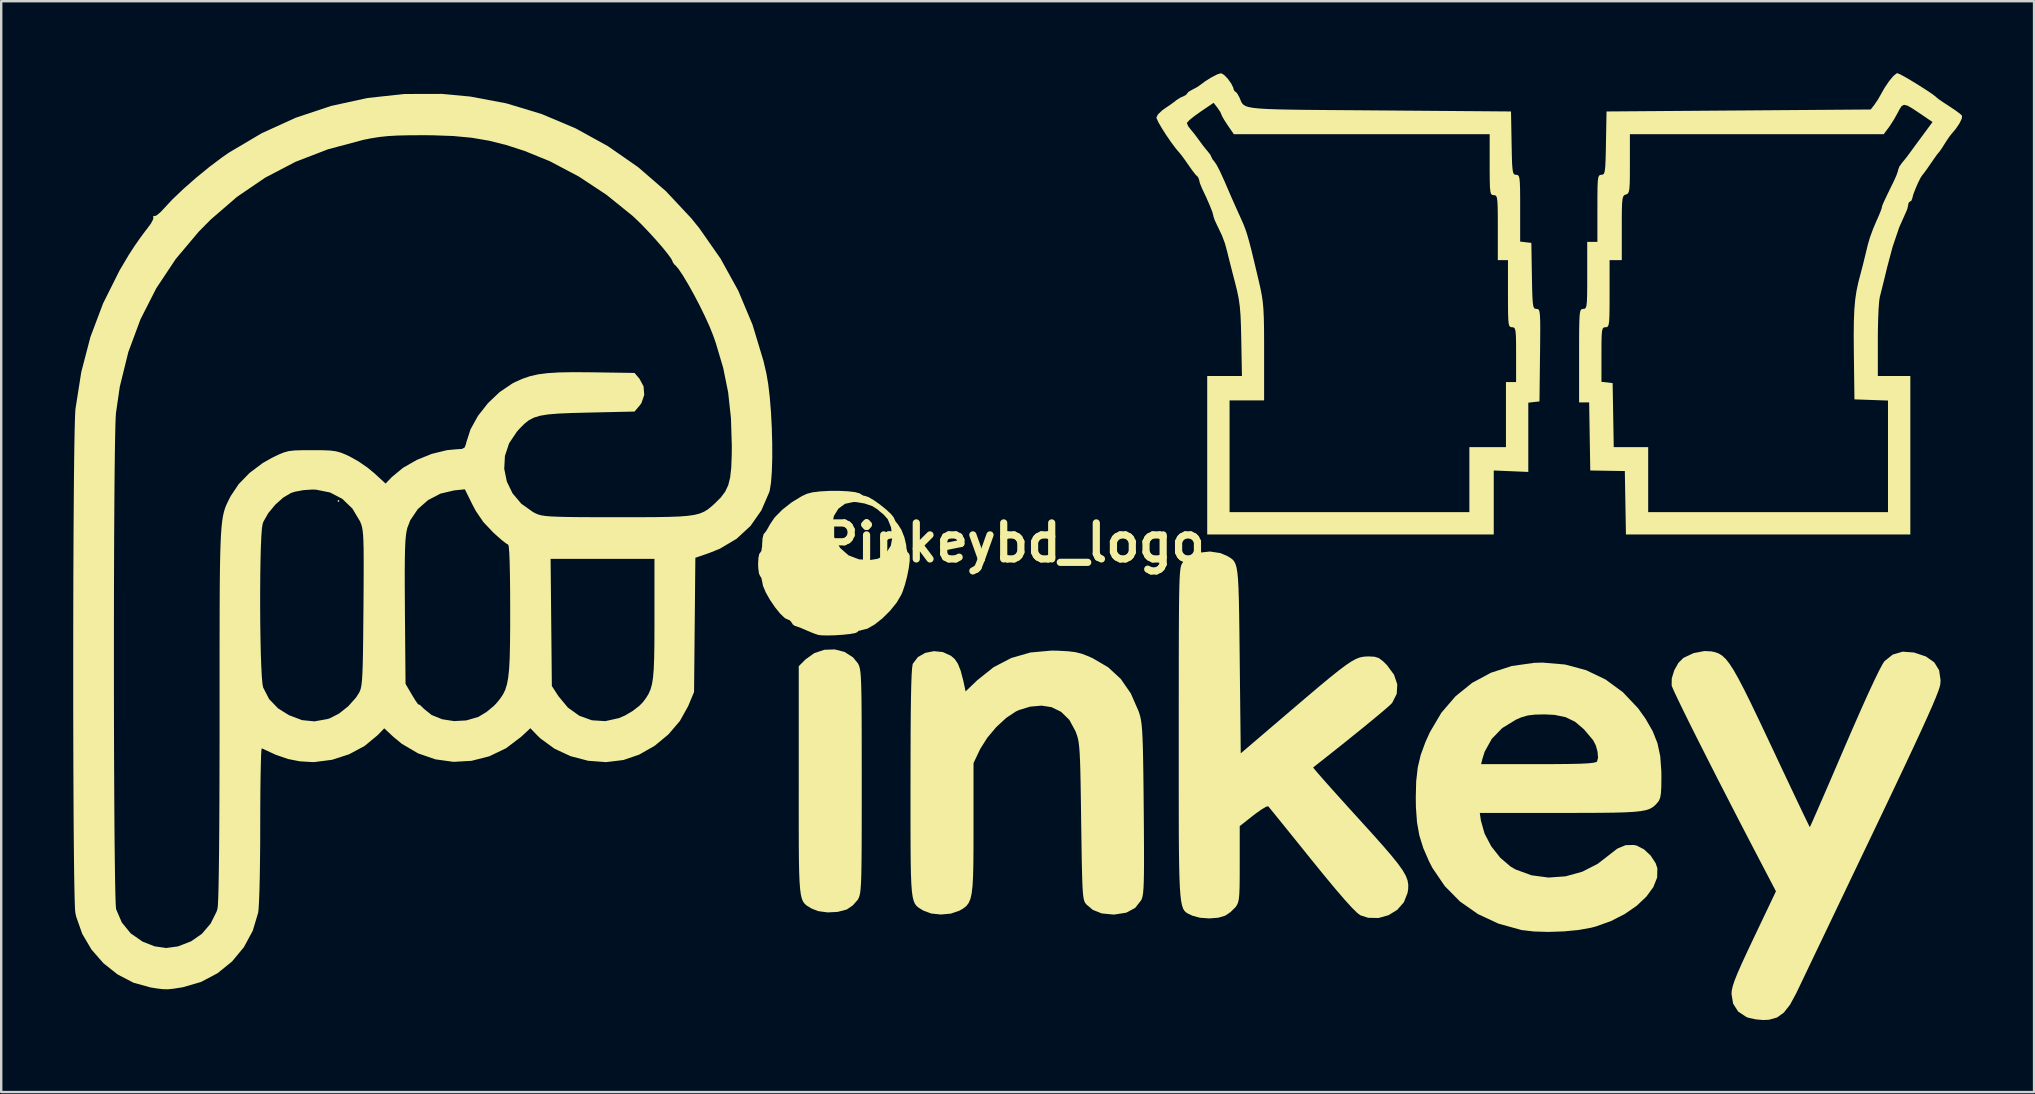
<source format=kicad_pcb>
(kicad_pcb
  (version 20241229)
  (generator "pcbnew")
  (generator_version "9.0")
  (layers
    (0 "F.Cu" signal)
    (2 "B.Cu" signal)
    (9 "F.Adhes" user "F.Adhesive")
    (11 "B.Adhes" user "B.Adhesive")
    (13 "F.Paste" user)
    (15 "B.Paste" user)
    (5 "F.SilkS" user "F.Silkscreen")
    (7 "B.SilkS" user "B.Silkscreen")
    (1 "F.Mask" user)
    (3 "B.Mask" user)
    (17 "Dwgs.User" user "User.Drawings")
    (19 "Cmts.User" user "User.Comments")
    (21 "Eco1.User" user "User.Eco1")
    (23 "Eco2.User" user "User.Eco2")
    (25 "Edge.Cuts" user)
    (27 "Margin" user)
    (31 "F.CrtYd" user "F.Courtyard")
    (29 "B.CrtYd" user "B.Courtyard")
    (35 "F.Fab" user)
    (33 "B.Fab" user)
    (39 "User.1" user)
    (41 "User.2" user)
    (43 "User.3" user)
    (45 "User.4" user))
  (footprint "Pinkeybd_logo"
    (layer "F.Cu")
    (at 39.161 19.558)
    (property "Reference" "Pinkeybd_logo" (at 0 0 0) (layer "F.SilkS") (effects (font (size 1.5 1.5) (thickness 0.3))))
    (attr board_only exclude_from_pos_files exclude_from_bom)
    (fp_poly (pts (xy -28.067 -1.736) (xy -28.109 -1.693) (xy -28.152 -1.736) (xy -28.109 -1.778)) (stroke (width 0) (type solid)) (fill yes) (layer "F.SilkS"))
    (fp_poly (pts (xy -7.023 4.554) (xy -6.673 4.779) (xy -6.474 5.021) (xy -6.438 5.085) (xy -6.408 5.161) (xy -6.383 5.263) (xy -6.362 5.404) (xy -6.346 5.598) (xy -6.333 5.86) (xy -6.324 6.203) (xy -6.317 6.641) (xy -6.313 7.189) (xy -6.31 7.859) (xy -6.309 8.667) (xy -6.308 9.626) (xy -6.308 9.948) (xy -6.308 10.955) (xy -6.309 11.806) (xy -6.311 12.516) (xy -6.315 13.099) (xy -6.321 13.569) (xy -6.329 13.939) (xy -6.341 14.223) (xy -6.356 14.436) (xy -6.375 14.592) (xy -6.399 14.705) (xy -6.427 14.788) (xy -6.462 14.856) (xy -6.479 14.885) (xy -6.675 15.109) (xy -6.92 15.278) (xy -6.942 15.287) (xy -7.313 15.385) (xy -7.729 15.406) (xy -8.122 15.353) (xy -8.393 15.247) (xy -8.506 15.18) (xy -8.602 15.12) (xy -8.682 15.051) (xy -8.748 14.962) (xy -8.802 14.839) (xy -8.844 14.667) (xy -8.875 14.434) (xy -8.899 14.127) (xy -8.915 13.731) (xy -8.925 13.234) (xy -8.93 12.621) (xy -8.932 11.88) (xy -8.933 10.997) (xy -8.932 9.959) (xy -8.932 9.921) (xy -8.932 5.148) (xy -8.652 4.867) (xy -8.285 4.603) (xy -7.866 4.464) (xy -7.433 4.449)) (stroke (width 0) (type solid)) (fill yes) (layer "F.SilkS"))
    (fp_poly (pts (xy 29.094 4.531) (xy 29.254 4.566) (xy 29.401 4.621) (xy 29.542 4.709) (xy 29.686 4.844) (xy 29.839 5.037) (xy 30.012 5.302) (xy 30.21 5.651) (xy 30.444 6.097) (xy 30.72 6.654) (xy 31.047 7.334) (xy 31.433 8.15) (xy 31.615 8.536) (xy 31.942 9.233) (xy 32.247 9.879) (xy 32.522 10.461) (xy 32.76 10.962) (xy 32.953 11.366) (xy 33.094 11.658) (xy 33.175 11.822) (xy 33.192 11.853) (xy 33.229 11.778) (xy 33.325 11.563) (xy 33.474 11.225) (xy 33.668 10.778) (xy 33.902 10.24) (xy 34.167 9.626) (xy 34.457 8.951) (xy 34.635 8.536) (xy 35.008 7.675) (xy 35.344 6.912) (xy 35.639 6.257) (xy 35.889 5.721) (xy 36.088 5.314) (xy 36.232 5.046) (xy 36.303 4.939) (xy 36.647 4.664) (xy 37.059 4.543) (xy 37.535 4.578) (xy 37.536 4.578) (xy 38.03 4.744) (xy 38.377 4.988) (xy 38.579 5.316) (xy 38.64 5.733) (xy 38.63 5.892) (xy 38.604 6.01) (xy 38.542 6.195) (xy 38.44 6.456) (xy 38.295 6.802) (xy 38.101 7.24) (xy 37.856 7.78) (xy 37.556 8.429) (xy 37.196 9.197) (xy 36.773 10.092) (xy 36.283 11.123) (xy 35.773 12.192) (xy 35.316 13.146) (xy 34.874 14.071) (xy 34.453 14.952) (xy 34.059 15.777) (xy 33.699 16.531) (xy 33.378 17.2) (xy 33.105 17.772) (xy 32.885 18.233) (xy 32.724 18.569) (xy 32.63 18.767) (xy 32.626 18.774) (xy 32.368 19.252) (xy 32.109 19.582) (xy 31.826 19.784) (xy 31.494 19.878) (xy 31.244 19.89) (xy 30.931 19.861) (xy 30.641 19.798) (xy 30.552 19.766) (xy 30.204 19.534) (xy 29.996 19.207) (xy 29.93 18.806) (xy 29.941 18.656) (xy 29.982 18.475) (xy 30.059 18.242) (xy 30.181 17.937) (xy 30.356 17.539) (xy 30.592 17.028) (xy 30.856 16.471) (xy 31.781 14.527) (xy 31.204 13.423) (xy 30.715 12.487) (xy 30.237 11.565) (xy 29.776 10.669) (xy 29.337 9.814) (xy 28.929 9.01) (xy 28.556 8.273) (xy 28.225 7.613) (xy 27.944 7.044) (xy 27.718 6.579) (xy 27.553 6.23) (xy 27.457 6.011) (xy 27.435 5.947) (xy 27.441 5.654) (xy 27.544 5.32) (xy 27.716 5.012) (xy 27.923 4.804) (xy 28.347 4.604) (xy 28.802 4.517)) (stroke (width 0) (type solid)) (fill yes) (layer "F.SilkS"))
    (fp_poly (pts (xy -6.892 -2.14) (xy -6.588 -2.105) (xy -6.389 -2.051) (xy -6.339 -2.014) (xy -6.228 -1.953) (xy -6.172 -1.947) (xy -6.021 -1.896) (xy -5.797 -1.763) (xy -5.539 -1.58) (xy -5.288 -1.378) (xy -5.084 -1.187) (xy -4.967 -1.04) (xy -4.953 -0.996) (xy -4.901 -0.886) (xy -4.796 -0.756) (xy -4.654 -0.532) (xy -4.531 -0.221) (xy -4.456 0.098) (xy -4.445 0.236) (xy -4.405 0.391) (xy -4.35 0.441) (xy -4.308 0.537) (xy -4.31 0.755) (xy -4.348 1.056) (xy -4.416 1.4) (xy -4.506 1.747) (xy -4.611 2.058) (xy -4.654 2.159) (xy -4.853 2.498) (xy -5.128 2.84) (xy -5.446 3.155) (xy -5.773 3.414) (xy -6.075 3.586) (xy -6.299 3.641) (xy -6.449 3.68) (xy -6.492 3.728) (xy -6.583 3.769) (xy -6.798 3.807) (xy -7.092 3.838) (xy -7.42 3.86) (xy -7.736 3.868) (xy -7.995 3.861) (xy -8.128 3.842) (xy -8.308 3.781) (xy -8.559 3.678) (xy -8.656 3.635) (xy -8.886 3.537) (xy -9.053 3.479) (xy -9.092 3.471) (xy -9.185 3.404) (xy -9.217 3.344) (xy -9.309 3.232) (xy -9.357 3.217) (xy -9.509 3.147) (xy -9.705 2.96) (xy -9.92 2.694) (xy -10.129 2.387) (xy -10.305 2.077) (xy -10.422 1.801) (xy -10.456 1.623) (xy -10.493 1.457) (xy -10.541 1.397) (xy -10.588 1.29) (xy -10.619 1.069) (xy -10.626 0.884) (xy -10.612 0.631) (xy -10.575 0.463) (xy -10.541 0.423) (xy -10.49 0.348) (xy -10.46 0.157) (xy -10.456 0.047) (xy -10.439 -0.192) (xy -10.396 -0.352) (xy -10.374 -0.38) (xy -10.288 -0.483) (xy -10.175 -0.679) (xy -10.143 -0.744) (xy -10.141 -0.747) (xy -7.545 -0.747) (xy -7.499 -0.343) (xy -7.458 -0.22) (xy -7.21 0.22) (xy -6.86 0.529) (xy -6.42 0.697) (xy -5.931 0.72) (xy -5.639 0.671) (xy -5.435 0.565) (xy -5.275 0.404) (xy -5.097 0.128) (xy -5.039 -0.179) (xy -5.038 -0.229) (xy -5.087 -0.637) (xy -5.223 -0.974) (xy -5.392 -1.166) (xy -5.569 -1.31) (xy -5.647 -1.383) (xy -5.866 -1.521) (xy -6.184 -1.63) (xy -6.533 -1.689) (xy -6.65 -1.693) (xy -7.002 -1.619) (xy -7.28 -1.416) (xy -7.466 -1.115) (xy -7.545 -0.747) (xy -10.141 -0.747) (xy -9.936 -1.05) (xy -9.614 -1.375) (xy -9.22 -1.684) (xy -8.798 -1.94) (xy -8.594 -2.035) (xy -8.364 -2.095) (xy -8.038 -2.135) (xy -7.658 -2.156) (xy -7.262 -2.157)) (stroke (width 0) (type solid)) (fill yes) (layer "F.SilkS"))
    (fp_poly (pts (xy 22.994 5.078) (xy 23.872 5.314) (xy 24.678 5.7) (xy 25.403 6.231) (xy 26.037 6.901) (xy 26.348 7.337) (xy 26.646 7.855) (xy 26.845 8.357) (xy 26.96 8.896) (xy 27.006 9.526) (xy 27.009 9.749) (xy 27.005 10.164) (xy 26.989 10.447) (xy 26.956 10.633) (xy 26.9 10.761) (xy 26.839 10.84) (xy 26.744 10.941) (xy 26.643 11.025) (xy 26.521 11.093) (xy 26.361 11.146) (xy 26.148 11.186) (xy 25.863 11.216) (xy 25.492 11.237) (xy 25.018 11.25) (xy 24.423 11.257) (xy 23.693 11.26) (xy 22.811 11.261) (xy 22.783 11.261) (xy 19.442 11.261) (xy 19.488 11.578) (xy 19.64 12.12) (xy 19.918 12.65) (xy 20.29 13.124) (xy 20.723 13.495) (xy 20.93 13.616) (xy 21.597 13.86) (xy 22.303 13.954) (xy 23.019 13.903) (xy 23.713 13.71) (xy 24.356 13.382) (xy 24.794 13.042) (xy 25.171 12.749) (xy 25.518 12.604) (xy 25.864 12.597) (xy 25.984 12.624) (xy 26.285 12.779) (xy 26.565 13.043) (xy 26.771 13.36) (xy 26.841 13.57) (xy 26.831 13.954) (xy 26.672 14.353) (xy 26.382 14.749) (xy 25.981 15.128) (xy 25.485 15.471) (xy 24.913 15.764) (xy 24.283 15.991) (xy 24.08 16.044) (xy 23.556 16.139) (xy 22.944 16.197) (xy 22.305 16.219) (xy 21.701 16.201) (xy 21.195 16.142) (xy 21.167 16.137) (xy 20.221 15.874) (xy 19.369 15.478) (xy 18.621 14.955) (xy 17.985 14.312) (xy 17.47 13.555) (xy 17.322 13.267) (xy 17.085 12.719) (xy 16.924 12.199) (xy 16.826 11.652) (xy 16.781 11.024) (xy 16.775 10.626) (xy 16.792 9.944) (xy 16.857 9.37) (xy 16.89 9.229) (xy 19.497 9.229) (xy 21.867 9.229) (xy 22.604 9.227) (xy 23.187 9.221) (xy 23.632 9.211) (xy 23.953 9.195) (xy 24.167 9.173) (xy 24.289 9.144) (xy 24.327 9.12) (xy 24.369 8.961) (xy 24.349 8.716) (xy 24.278 8.452) (xy 24.167 8.236) (xy 24.164 8.231) (xy 23.783 7.778) (xy 23.415 7.465) (xy 23.018 7.271) (xy 22.554 7.176) (xy 22.14 7.156) (xy 21.739 7.165) (xy 21.44 7.201) (xy 21.178 7.277) (xy 20.948 7.376) (xy 20.378 7.725) (xy 19.942 8.173) (xy 19.645 8.711) (xy 19.555 8.996) (xy 19.497 9.229) (xy 16.89 9.229) (xy 16.981 8.844) (xy 17.178 8.307) (xy 17.364 7.897) (xy 17.842 7.087) (xy 18.432 6.4) (xy 19.124 5.842) (xy 19.908 5.42) (xy 20.773 5.14) (xy 21.71 5.008) (xy 22.056 4.998)) (stroke (width 0) (type solid)) (fill yes) (layer "F.SilkS"))
    (fp_poly (pts (xy 1.852 4.502) (xy 2.277 4.525) (xy 2.594 4.563) (xy 2.862 4.63) (xy 3.144 4.739) (xy 3.322 4.82) (xy 3.961 5.195) (xy 4.484 5.678) (xy 4.902 6.282) (xy 5.225 7.02) (xy 5.256 7.112) (xy 5.295 7.244) (xy 5.327 7.396) (xy 5.353 7.587) (xy 5.374 7.832) (xy 5.391 8.148) (xy 5.405 8.554) (xy 5.416 9.066) (xy 5.426 9.702) (xy 5.435 10.477) (xy 5.441 11.106) (xy 5.448 11.984) (xy 5.452 12.708) (xy 5.453 13.296) (xy 5.45 13.762) (xy 5.443 14.123) (xy 5.431 14.395) (xy 5.414 14.595) (xy 5.391 14.737) (xy 5.362 14.838) (xy 5.336 14.898) (xy 5.082 15.22) (xy 4.714 15.417) (xy 4.231 15.493) (xy 4.166 15.494) (xy 3.689 15.448) (xy 3.319 15.3) (xy 3.048 15.071) (xy 3.005 15.016) (xy 2.969 14.946) (xy 2.94 14.843) (xy 2.917 14.692) (xy 2.898 14.475) (xy 2.883 14.175) (xy 2.871 13.777) (xy 2.859 13.263) (xy 2.849 12.617) (xy 2.837 11.822) (xy 2.834 11.612) (xy 2.823 10.779) (xy 2.812 10.097) (xy 2.801 9.548) (xy 2.788 9.113) (xy 2.772 8.776) (xy 2.753 8.517) (xy 2.729 8.318) (xy 2.699 8.162) (xy 2.661 8.029) (xy 2.615 7.903) (xy 2.597 7.856) (xy 2.341 7.384) (xy 2 7.051) (xy 1.599 6.855) (xy 1.184 6.791) (xy 0.71 6.833) (xy 0.242 6.974) (xy 0.118 7.032) (xy -0.29 7.303) (xy -0.703 7.685) (xy -1.077 8.129) (xy -1.365 8.585) (xy -1.399 8.654) (xy -1.651 9.186) (xy -1.651 11.897) (xy -1.652 12.707) (xy -1.657 13.366) (xy -1.669 13.892) (xy -1.692 14.301) (xy -1.728 14.612) (xy -1.78 14.843) (xy -1.852 15.012) (xy -1.946 15.136) (xy -2.066 15.233) (xy -2.215 15.321) (xy -2.249 15.339) (xy -2.599 15.457) (xy -3.012 15.494) (xy -3.417 15.451) (xy -3.737 15.332) (xy -3.849 15.265) (xy -3.945 15.204) (xy -4.026 15.136) (xy -4.092 15.046) (xy -4.145 14.922) (xy -4.187 14.751) (xy -4.219 14.517) (xy -4.242 14.209) (xy -4.258 13.813) (xy -4.268 13.315) (xy -4.273 12.701) (xy -4.276 11.959) (xy -4.276 11.075) (xy -4.276 10.034) (xy -4.276 10.018) (xy -4.274 8.888) (xy -4.271 7.919) (xy -4.265 7.105) (xy -4.256 6.437) (xy -4.244 5.908) (xy -4.229 5.51) (xy -4.21 5.236) (xy -4.189 5.078) (xy -4.178 5.043) (xy -3.968 4.768) (xy -3.661 4.593) (xy -3.3 4.522) (xy -2.929 4.56) (xy -2.592 4.713) (xy -2.433 4.85) (xy -2.301 5.047) (xy -2.183 5.346) (xy -2.071 5.776) (xy -2.032 5.957) (xy -1.982 6.199) (xy -1.494 5.733) (xy -0.817 5.192) (xy -0.081 4.808) (xy 0.72 4.577) (xy 1.595 4.498)) (stroke (width 0) (type solid)) (fill yes) (layer "F.SilkS"))
    (fp_poly (pts (xy 8.633 0.435) (xy 8.932 0.563) (xy 9.038 0.627) (xy 9.127 0.69) (xy 9.2 0.769) (xy 9.259 0.878) (xy 9.306 1.032) (xy 9.342 1.247) (xy 9.37 1.536) (xy 9.39 1.915) (xy 9.405 2.4) (xy 9.417 3.004) (xy 9.427 3.744) (xy 9.437 4.634) (xy 9.44 4.918) (xy 9.483 8.778) (xy 11.557 7.006) (xy 12.215 6.445) (xy 12.759 5.985) (xy 13.204 5.616) (xy 13.564 5.328) (xy 13.853 5.111) (xy 14.085 4.955) (xy 14.275 4.85) (xy 14.437 4.786) (xy 14.585 4.754) (xy 14.734 4.742) (xy 14.805 4.741) (xy 15.055 4.753) (xy 15.234 4.808) (xy 15.407 4.937) (xy 15.58 5.11) (xy 15.869 5.503) (xy 16.004 5.904) (xy 15.982 6.296) (xy 15.802 6.658) (xy 15.762 6.708) (xy 15.649 6.815) (xy 15.421 7.012) (xy 15.097 7.283) (xy 14.695 7.614) (xy 14.234 7.988) (xy 13.732 8.391) (xy 13.208 8.808) (xy 12.68 9.224) (xy 12.5 9.365) (xy 12.547 9.431) (xy 12.696 9.607) (xy 12.933 9.879) (xy 13.246 10.231) (xy 13.622 10.65) (xy 14.047 11.12) (xy 14.377 11.483) (xy 14.938 12.101) (xy 15.393 12.611) (xy 15.752 13.028) (xy 16.026 13.368) (xy 16.224 13.644) (xy 16.356 13.873) (xy 16.432 14.07) (xy 16.463 14.25) (xy 16.458 14.429) (xy 16.433 14.593) (xy 16.28 14.982) (xy 16.004 15.298) (xy 15.64 15.522) (xy 15.224 15.639) (xy 14.792 15.63) (xy 14.472 15.528) (xy 14.335 15.427) (xy 14.119 15.214) (xy 13.82 14.886) (xy 13.433 14.436) (xy 12.955 13.86) (xy 12.436 13.221) (xy 12.014 12.697) (xy 11.625 12.215) (xy 11.282 11.79) (xy 10.998 11.439) (xy 10.786 11.177) (xy 10.659 11.021) (xy 10.629 10.984) (xy 10.541 11.003) (xy 10.358 11.11) (xy 10.111 11.284) (xy 10.006 11.365) (xy 9.44 11.811) (xy 9.44 13.387) (xy 9.439 13.945) (xy 9.434 14.359) (xy 9.422 14.656) (xy 9.401 14.862) (xy 9.368 15.004) (xy 9.321 15.106) (xy 9.264 15.188) (xy 9.058 15.391) (xy 8.844 15.538) (xy 8.549 15.627) (xy 8.171 15.657) (xy 7.786 15.629) (xy 7.469 15.543) (xy 7.446 15.532) (xy 7.351 15.487) (xy 7.267 15.446) (xy 7.194 15.398) (xy 7.131 15.332) (xy 7.078 15.238) (xy 7.034 15.104) (xy 6.998 14.919) (xy 6.969 14.673) (xy 6.946 14.356) (xy 6.929 13.955) (xy 6.917 13.46) (xy 6.908 12.86) (xy 6.903 12.145) (xy 6.901 11.303) (xy 6.9 10.325) (xy 6.9 9.198) (xy 6.9 7.978) (xy 6.9 6.733) (xy 6.901 5.646) (xy 6.902 4.706) (xy 6.904 3.901) (xy 6.907 3.222) (xy 6.911 2.656) (xy 6.917 2.193) (xy 6.925 1.821) (xy 6.935 1.529) (xy 6.948 1.306) (xy 6.963 1.142) (xy 6.982 1.024) (xy 7.003 0.942) (xy 7.029 0.884) (xy 7.057 0.839) (xy 7.071 0.822) (xy 7.369 0.571) (xy 7.761 0.418) (xy 8.198 0.37)) (stroke (width 0) (type solid)) (fill yes) (layer "F.SilkS"))
    (fp_poly (pts (xy 36.948 -19.515) (xy 37.16 -19.4) (xy 37.438 -19.237) (xy 37.743 -19.05) (xy 38.037 -18.862) (xy 38.284 -18.696) (xy 38.445 -18.575) (xy 38.481 -18.54) (xy 38.569 -18.469) (xy 38.76 -18.339) (xy 39.001 -18.182) (xy 39.253 -18.014) (xy 39.447 -17.87) (xy 39.535 -17.786) (xy 39.524 -17.666) (xy 39.427 -17.467) (xy 39.272 -17.237) (xy 39.106 -17.041) (xy 39.001 -16.907) (xy 38.859 -16.695) (xy 38.811 -16.618) (xy 38.682 -16.414) (xy 38.585 -16.278) (xy 38.565 -16.256) (xy 38.492 -16.168) (xy 38.359 -15.982) (xy 38.227 -15.79) (xy 38.067 -15.558) (xy 37.942 -15.388) (xy 37.889 -15.325) (xy 37.812 -15.212) (xy 37.705 -14.999) (xy 37.595 -14.747) (xy 37.506 -14.514) (xy 37.465 -14.361) (xy 37.465 -14.352) (xy 37.42 -14.239) (xy 37.38 -14.224) (xy 37.305 -14.155) (xy 37.296 -14.096) (xy 37.258 -13.912) (xy 37.221 -13.821) (xy 36.917 -13.137) (xy 36.645 -12.336) (xy 36.414 -11.472) (xy 36.315 -11.062) (xy 36.221 -10.683) (xy 36.146 -10.381) (xy 36.108 -10.235) (xy 36.081 -10.05) (xy 36.057 -9.731) (xy 36.039 -9.312) (xy 36.028 -8.828) (xy 36.026 -8.436) (xy 36.026 -6.943) (xy 36.703 -6.943) (xy 37.38 -6.943) (xy 37.38 -3.641) (xy 37.38 -0.339) (xy 31.456 -0.339) (xy 25.531 -0.339) (xy 25.508 -1.661) (xy 25.485 -2.983) (xy 24.765 -2.994) (xy 24.045 -3.006) (xy 24.022 -4.424) (xy 23.999 -5.842) (xy 23.789 -5.842) (xy 23.58 -5.842) (xy 23.58 -7.789) (xy 23.58 -7.851) (xy 24.511 -7.851) (xy 24.511 -7.837) (xy 24.511 -6.7) (xy 24.744 -6.673) (xy 24.977 -6.646) (xy 25 -5.313) (xy 25.023 -3.979) (xy 25.741 -3.979) (xy 26.458 -3.979) (xy 26.458 -2.625) (xy 26.458 -1.27) (xy 31.454 -1.27) (xy 36.449 -1.27) (xy 36.449 -3.595) (xy 36.449 -5.92) (xy 35.751 -5.944) (xy 35.052 -5.969) (xy 35.027 -7.874) (xy 35.021 -8.614) (xy 35.027 -9.216) (xy 35.047 -9.71) (xy 35.084 -10.127) (xy 35.139 -10.497) (xy 35.216 -10.852) (xy 35.267 -11.049) (xy 35.402 -11.564) (xy 35.552 -12.177) (xy 35.606 -12.404) (xy 35.697 -12.713) (xy 35.832 -13.082) (xy 35.95 -13.36) (xy 36.073 -13.637) (xy 36.161 -13.854) (xy 36.195 -13.965) (xy 36.195 -13.966) (xy 36.204 -14.018) (xy 36.24 -14.113) (xy 36.313 -14.275) (xy 36.435 -14.531) (xy 36.617 -14.906) (xy 36.692 -15.058) (xy 36.799 -15.296) (xy 36.863 -15.48) (xy 36.872 -15.531) (xy 36.924 -15.67) (xy 37.026 -15.814) (xy 37.2 -16.027) (xy 37.321 -16.187) (xy 37.438 -16.347) (xy 37.62 -16.596) (xy 37.833 -16.885) (xy 37.884 -16.954) (xy 38.305 -17.524) (xy 37.802 -17.866) (xy 37.477 -18.083) (xy 37.259 -18.208) (xy 37.117 -18.241) (xy 37.016 -18.187) (xy 36.925 -18.047) (xy 36.868 -17.935) (xy 36.706 -17.643) (xy 36.527 -17.362) (xy 36.477 -17.293) (xy 36.271 -17.018) (xy 30.984 -17.018) (xy 25.696 -17.018) (xy 25.696 -15.782) (xy 25.695 -15.301) (xy 25.689 -14.962) (xy 25.674 -14.74) (xy 25.647 -14.607) (xy 25.605 -14.539) (xy 25.543 -14.507) (xy 25.527 -14.503) (xy 25.463 -14.477) (xy 25.418 -14.421) (xy 25.388 -14.311) (xy 25.37 -14.12) (xy 25.361 -13.824) (xy 25.358 -13.396) (xy 25.358 -13.113) (xy 25.358 -11.769) (xy 25.104 -11.769) (xy 24.85 -11.769) (xy 24.85 -10.372) (xy 24.849 -9.856) (xy 24.844 -9.486) (xy 24.833 -9.237) (xy 24.811 -9.085) (xy 24.778 -9.007) (xy 24.729 -8.978) (xy 24.68 -8.975) (xy 24.612 -8.966) (xy 24.565 -8.921) (xy 24.536 -8.813) (xy 24.519 -8.617) (xy 24.512 -8.305) (xy 24.511 -7.851) (xy 23.58 -7.851) (xy 23.58 -8.412) (xy 23.583 -8.885) (xy 23.59 -9.23) (xy 23.602 -9.466) (xy 23.622 -9.615) (xy 23.652 -9.696) (xy 23.692 -9.73) (xy 23.745 -9.737) (xy 23.749 -9.737) (xy 23.811 -9.744) (xy 23.856 -9.784) (xy 23.887 -9.878) (xy 23.905 -10.052) (xy 23.914 -10.33) (xy 23.918 -10.735) (xy 23.918 -11.134) (xy 23.918 -12.531) (xy 24.13 -12.531) (xy 24.342 -12.531) (xy 24.342 -13.928) (xy 24.343 -14.443) (xy 24.347 -14.814) (xy 24.359 -15.063) (xy 24.38 -15.214) (xy 24.414 -15.292) (xy 24.463 -15.321) (xy 24.509 -15.325) (xy 24.572 -15.334) (xy 24.618 -15.378) (xy 24.649 -15.481) (xy 24.67 -15.668) (xy 24.684 -15.963) (xy 24.695 -16.392) (xy 24.699 -16.645) (xy 24.723 -17.964) (xy 30.226 -18.005) (xy 35.729 -18.046) (xy 35.874 -18.231) (xy 36.029 -18.458) (xy 36.125 -18.627) (xy 36.304 -18.944) (xy 36.495 -19.227) (xy 36.672 -19.441) (xy 36.809 -19.551) (xy 36.839 -19.558)) (stroke (width 0) (type solid)) (fill yes) (layer "F.SilkS"))
    (fp_poly (pts (xy 8.661 -19.557) (xy 8.785 -19.49) (xy 8.942 -19.328) (xy 9.087 -19.126) (xy 9.176 -18.942) (xy 9.186 -18.882) (xy 9.235 -18.799) (xy 9.25 -18.796) (xy 9.327 -18.728) (xy 9.421 -18.563) (xy 9.464 -18.461) (xy 9.5 -18.374) (xy 9.542 -18.3) (xy 9.602 -18.238) (xy 9.693 -18.186) (xy 9.826 -18.145) (xy 10.015 -18.112) (xy 10.271 -18.086) (xy 10.607 -18.066) (xy 11.036 -18.051) (xy 11.569 -18.04) (xy 12.22 -18.031) (xy 13.001 -18.024) (xy 13.923 -18.017) (xy 15 -18.009) (xy 15.243 -18.007) (xy 20.743 -17.964) (xy 20.767 -16.645) (xy 20.777 -16.145) (xy 20.788 -15.791) (xy 20.806 -15.556) (xy 20.832 -15.417) (xy 20.87 -15.348) (xy 20.925 -15.326) (xy 20.957 -15.325) (xy 21.019 -15.316) (xy 21.063 -15.276) (xy 21.093 -15.179) (xy 21.111 -15.002) (xy 21.121 -14.72) (xy 21.124 -14.309) (xy 21.124 -13.933) (xy 21.124 -12.542) (xy 21.357 -12.515) (xy 21.59 -12.488) (xy 21.613 -11.113) (xy 21.623 -10.601) (xy 21.634 -10.235) (xy 21.651 -9.99) (xy 21.675 -9.842) (xy 21.711 -9.766) (xy 21.763 -9.74) (xy 21.805 -9.737) (xy 21.859 -9.731) (xy 21.9 -9.7) (xy 21.929 -9.623) (xy 21.948 -9.481) (xy 21.958 -9.251) (xy 21.961 -8.915) (xy 21.958 -8.451) (xy 21.952 -7.839) (xy 21.951 -7.811) (xy 21.929 -5.884) (xy 21.696 -5.858) (xy 21.463 -5.831) (xy 21.463 -4.388) (xy 21.463 -2.946) (xy 20.743 -2.976) (xy 20.024 -3.006) (xy 20.024 -1.672) (xy 20.024 -0.339) (xy 14.055 -0.339) (xy 8.086 -0.339) (xy 8.086 -3.641) (xy 8.086 -6.943) (xy 8.809 -6.943) (xy 9.532 -6.943) (xy 9.505 -8.445) (xy 9.492 -9.025) (xy 9.473 -9.477) (xy 9.443 -9.843) (xy 9.398 -10.164) (xy 9.333 -10.482) (xy 9.245 -10.837) (xy 9.138 -11.249) (xy 9.037 -11.644) (xy 8.956 -11.965) (xy 8.922 -12.107) (xy 8.824 -12.468) (xy 8.702 -12.794) (xy 8.523 -13.171) (xy 8.498 -13.22) (xy 8.397 -13.438) (xy 8.343 -13.6) (xy 8.34 -13.626) (xy 8.303 -13.767) (xy 8.201 -14.029) (xy 8.047 -14.382) (xy 7.866 -14.766) (xy 7.782 -14.971) (xy 7.747 -15.119) (xy 7.747 -15.119) (xy 7.702 -15.238) (xy 7.679 -15.254) (xy 7.598 -15.334) (xy 7.458 -15.514) (xy 7.323 -15.706) (xy 7.154 -15.948) (xy 7.013 -16.14) (xy 6.947 -16.221) (xy 6.78 -16.417) (xy 6.58 -16.685) (xy 6.375 -16.984) (xy 6.188 -17.278) (xy 6.072 -17.479) (xy 7.239 -17.479) (xy 7.291 -17.353) (xy 7.389 -17.224) (xy 7.536 -17.047) (xy 7.71 -16.816) (xy 7.747 -16.764) (xy 7.917 -16.533) (xy 8.076 -16.335) (xy 8.105 -16.304) (xy 8.218 -16.159) (xy 8.255 -16.077) (xy 8.307 -15.97) (xy 8.364 -15.902) (xy 8.47 -15.753) (xy 8.613 -15.479) (xy 8.801 -15.067) (xy 8.909 -14.817) (xy 9.103 -14.368) (xy 9.358 -13.797) (xy 9.519 -13.441) (xy 9.602 -13.251) (xy 9.676 -13.059) (xy 9.749 -12.839) (xy 9.828 -12.565) (xy 9.92 -12.213) (xy 10.031 -11.757) (xy 10.17 -11.172) (xy 10.239 -10.88) (xy 10.309 -10.569) (xy 10.362 -10.294) (xy 10.401 -10.023) (xy 10.427 -9.726) (xy 10.444 -9.372) (xy 10.453 -8.931) (xy 10.456 -8.37) (xy 10.456 -7.938) (xy 10.456 -5.927) (xy 9.737 -5.927) (xy 9.017 -5.927) (xy 9.017 -3.598) (xy 9.017 -1.27) (xy 14.012 -1.27) (xy 19.008 -1.27) (xy 19.008 -2.625) (xy 19.008 -3.979) (xy 19.77 -3.979) (xy 20.532 -3.979) (xy 20.532 -5.334) (xy 20.532 -6.689) (xy 20.743 -6.689) (xy 20.955 -6.689) (xy 20.955 -7.832) (xy 20.954 -8.291) (xy 20.947 -8.607) (xy 20.931 -8.808) (xy 20.902 -8.918) (xy 20.856 -8.965) (xy 20.789 -8.975) (xy 20.786 -8.975) (xy 20.723 -8.982) (xy 20.678 -9.022) (xy 20.648 -9.116) (xy 20.63 -9.29) (xy 20.62 -9.568) (xy 20.617 -9.973) (xy 20.616 -10.372) (xy 20.616 -11.769) (xy 20.405 -11.769) (xy 20.193 -11.769) (xy 20.193 -13.123) (xy 20.192 -13.63) (xy 20.187 -13.991) (xy 20.175 -14.232) (xy 20.153 -14.377) (xy 20.118 -14.45) (xy 20.066 -14.475) (xy 20.024 -14.478) (xy 19.959 -14.486) (xy 19.913 -14.528) (xy 19.883 -14.628) (xy 19.865 -14.812) (xy 19.857 -15.105) (xy 19.854 -15.532) (xy 19.854 -15.748) (xy 19.854 -17.018) (xy 14.524 -17.018) (xy 9.194 -17.018) (xy 8.936 -17.393) (xy 8.792 -17.615) (xy 8.697 -17.782) (xy 8.676 -17.838) (xy 8.628 -17.948) (xy 8.514 -18.116) (xy 8.514 -18.116) (xy 8.353 -18.325) (xy 7.796 -17.947) (xy 7.535 -17.76) (xy 7.339 -17.599) (xy 7.243 -17.493) (xy 7.239 -17.479) (xy 6.072 -17.479) (xy 6.046 -17.525) (xy 5.973 -17.689) (xy 5.969 -17.715) (xy 6.035 -17.843) (xy 6.205 -18.006) (xy 6.329 -18.096) (xy 6.56 -18.252) (xy 6.741 -18.385) (xy 6.795 -18.43) (xy 6.965 -18.541) (xy 7.07 -18.584) (xy 7.207 -18.655) (xy 7.239 -18.703) (xy 7.307 -18.782) (xy 7.454 -18.867) (xy 7.653 -18.971) (xy 7.771 -19.051) (xy 8.008 -19.227) (xy 8.27 -19.39) (xy 8.505 -19.51) (xy 8.66 -19.557)) (stroke (width 0) (type solid)) (fill yes) (layer "F.SilkS"))
    (fp_poly (pts (xy -22.623 -18.586) (xy -21.11 -18.301) (xy -19.641 -17.856) (xy -18.229 -17.26) (xy -16.886 -16.52) (xy -15.627 -15.645) (xy -14.464 -14.64) (xy -13.412 -13.516) (xy -13.074 -13.098) (xy -12.189 -11.831) (xy -11.452 -10.495) (xy -10.858 -9.079) (xy -10.402 -7.57) (xy -10.281 -7.052) (xy -10.204 -6.604) (xy -10.14 -6.058) (xy -10.09 -5.445) (xy -10.056 -4.798) (xy -10.038 -4.149) (xy -10.036 -3.53) (xy -10.053 -2.973) (xy -10.087 -2.511) (xy -10.141 -2.175) (xy -10.16 -2.105) (xy -10.49 -1.343) (xy -10.944 -0.694) (xy -11.521 -0.161) (xy -12.218 0.253) (xy -12.674 0.436) (xy -13.24 0.631) (xy -13.267 3.427) (xy -13.294 6.223) (xy -13.542 6.816) (xy -13.884 7.429) (xy -14.36 7.988) (xy -14.937 8.465) (xy -15.582 8.833) (xy -16.238 9.057) (xy -16.964 9.145) (xy -17.71 9.088) (xy -18.438 8.897) (xy -19.112 8.584) (xy -19.695 8.158) (xy -19.836 8.021) (xy -20.115 7.732) (xy -20.497 8.089) (xy -21.13 8.568) (xy -21.826 8.902) (xy -22.563 9.09) (xy -23.318 9.133) (xy -24.068 9.029) (xy -24.792 8.78) (xy -25.465 8.385) (xy -25.829 8.085) (xy -26.202 7.737) (xy -26.479 8.023) (xy -27.02 8.471) (xy -27.667 8.818) (xy -28.375 9.047) (xy -29.102 9.141) (xy -29.207 9.142) (xy -29.724 9.111) (xy -30.213 9.014) (xy -30.726 8.837) (xy -31.305 8.569) (xy -31.32 8.643) (xy -31.333 8.869) (xy -31.344 9.227) (xy -31.354 9.701) (xy -31.362 10.271) (xy -31.367 10.919) (xy -31.369 11.628) (xy -31.369 11.75) (xy -31.371 12.534) (xy -31.378 13.266) (xy -31.388 13.925) (xy -31.402 14.492) (xy -31.419 14.945) (xy -31.438 15.267) (xy -31.455 15.419) (xy -31.681 16.172) (xy -32.05 16.855) (xy -32.542 17.449) (xy -33.141 17.936) (xy -33.828 18.3) (xy -34.585 18.522) (xy -34.671 18.537) (xy -34.989 18.586) (xy -35.215 18.609) (xy -35.419 18.605) (xy -35.667 18.575) (xy -35.941 18.532) (xy -36.65 18.335) (xy -37.31 17.992) (xy -37.9 17.525) (xy -38.399 16.954) (xy -38.784 16.3) (xy -39.036 15.586) (xy -39.072 15.419) (xy -39.086 15.261) (xy -39.098 14.947) (xy -39.109 14.49) (xy -39.12 13.902) (xy -39.129 13.198) (xy -39.137 12.389) (xy -39.144 11.489) (xy -39.149 10.511) (xy -39.154 9.468) (xy -39.157 8.372) (xy -39.16 7.238) (xy -39.161 6.078) (xy -39.161 4.904) (xy -39.16 4.201) (xy -37.465 4.201) (xy -37.465 5.36) (xy -37.464 6.515) (xy -37.462 7.652) (xy -37.459 8.758) (xy -37.454 9.82) (xy -37.449 10.826) (xy -37.443 11.762) (xy -37.435 12.615) (xy -37.426 13.374) (xy -37.417 14.024) (xy -37.406 14.553) (xy -37.395 14.947) (xy -37.382 15.195) (xy -37.372 15.275) (xy -37.136 15.825) (xy -36.766 16.279) (xy -36.274 16.622) (xy -35.772 16.819) (xy -35.288 16.889) (xy -34.795 16.822) (xy -34.255 16.613) (xy -34.248 16.609) (xy -33.802 16.301) (xy -33.437 15.874) (xy -33.186 15.37) (xy -33.15 15.255) (xy -33.133 15.109) (xy -33.118 14.796) (xy -33.105 14.32) (xy -33.094 13.685) (xy -33.084 12.892) (xy -33.076 11.946) (xy -33.07 10.849) (xy -33.066 9.605) (xy -33.063 8.216) (xy -33.063 7.149) (xy -33.063 5.792) (xy -33.063 4.593) (xy -33.061 3.542) (xy -33.059 2.687) (xy -31.372 2.687) (xy -31.368 3.367) (xy -31.358 4.02) (xy -31.345 4.622) (xy -31.326 5.15) (xy -31.303 5.578) (xy -31.276 5.883) (xy -31.248 6.033) (xy -30.999 6.518) (xy -30.623 6.908) (xy -30.171 7.189) (xy -29.63 7.395) (xy -29.111 7.447) (xy -28.569 7.35) (xy -28.466 7.317) (xy -28.085 7.122) (xy -27.704 6.819) (xy -27.38 6.457) (xy -27.246 6.249) (xy -27.207 6.164) (xy -27.174 6.057) (xy -27.148 5.911) (xy -27.127 5.708) (xy -27.111 5.431) (xy -27.098 5.064) (xy -27.088 4.589) (xy -27.08 3.989) (xy -27.073 3.247) (xy -27.068 2.73) (xy -27.062 1.9) (xy -27.059 1.222) (xy -27.059 1.187) (xy -25.348 1.187) (xy -25.347 1.834) (xy -25.342 2.627) (xy -25.341 2.851) (xy -25.315 5.884) (xy -25.042 6.35) (xy -24.903 6.577) (xy -24.804 6.72) (xy -24.767 6.747) (xy -24.719 6.758) (xy -24.602 6.87) (xy -24.568 6.908) (xy -24.23 7.18) (xy -23.791 7.358) (xy -23.293 7.436) (xy -22.78 7.407) (xy -22.296 7.265) (xy -22.263 7.25) (xy -21.946 7.059) (xy -21.636 6.804) (xy -21.52 6.683) (xy -21.375 6.504) (xy -21.257 6.329) (xy -21.163 6.138) (xy -21.091 5.911) (xy -21.038 5.629) (xy -21 5.273) (xy -20.976 4.825) (xy -20.963 4.263) (xy -20.956 3.57) (xy -20.955 2.779) (xy -20.958 2.001) (xy -20.965 1.341) (xy -20.977 0.81) (xy -20.982 0.677) (xy -19.271 0.677) (xy -19.245 3.325) (xy -19.219 5.973) (xy -18.947 6.394) (xy -18.548 6.875) (xy -18.076 7.212) (xy -17.551 7.402) (xy -16.993 7.437) (xy -16.423 7.311) (xy -16.164 7.199) (xy -15.857 7.017) (xy -15.578 6.803) (xy -15.427 6.649) (xy -15.296 6.475) (xy -15.191 6.305) (xy -15.109 6.12) (xy -15.047 5.897) (xy -15.003 5.617) (xy -14.974 5.26) (xy -14.956 4.803) (xy -14.947 4.227) (xy -14.944 3.511) (xy -14.944 3.164) (xy -14.944 0.677) (xy -17.107 0.677) (xy -19.271 0.677) (xy -20.982 0.677) (xy -20.993 0.416) (xy -21.013 0.171) (xy -21.036 0.085) (xy -21.037 0.085) (xy -21.131 0.03) (xy -21.315 -0.115) (xy -21.554 -0.325) (xy -21.662 -0.424) (xy -22.072 -0.857) (xy -22.386 -1.318) (xy -22.524 -1.577) (xy -22.843 -2.222) (xy -23.285 -2.177) (xy -23.859 -2.042) (xy -24.376 -1.773) (xy -24.805 -1.396) (xy -25.118 -0.931) (xy -25.237 -0.624) (xy -25.272 -0.478) (xy -25.3 -0.294) (xy -25.321 -0.053) (xy -25.335 0.262) (xy -25.344 0.669) (xy -25.348 1.187) (xy -27.059 1.187) (xy -27.059 0.677) (xy -27.062 0.249) (xy -27.071 -0.081) (xy -27.084 -0.331) (xy -27.104 -0.517) (xy -27.13 -0.658) (xy -27.164 -0.772) (xy -27.206 -0.876) (xy -27.209 -0.884) (xy -27.529 -1.42) (xy -27.949 -1.824) (xy -28.458 -2.089) (xy -29.043 -2.207) (xy -29.205 -2.212) (xy -29.57 -2.187) (xy -29.921 -2.122) (xy -30.085 -2.07) (xy -30.411 -1.877) (xy -30.744 -1.579) (xy -31.034 -1.228) (xy -31.234 -0.878) (xy -31.268 -0.782) (xy -31.298 -0.594) (xy -31.323 -0.263) (xy -31.343 0.186) (xy -31.357 0.73) (xy -31.367 1.345) (xy -31.372 2.005) (xy -31.372 2.687) (xy -33.059 2.687) (xy -33.059 2.627) (xy -33.055 1.838) (xy -33.048 1.163) (xy -33.038 0.591) (xy -33.024 0.112) (xy -33.007 -0.285) (xy -32.984 -0.612) (xy -32.956 -0.879) (xy -32.923 -1.098) (xy -32.882 -1.279) (xy -32.835 -1.434) (xy -32.78 -1.573) (xy -32.717 -1.707) (xy -32.646 -1.848) (xy -32.595 -1.947) (xy -32.266 -2.438) (xy -31.81 -2.907) (xy -31.265 -3.316) (xy -30.881 -3.533) (xy -30.603 -3.668) (xy -30.384 -3.758) (xy -30.179 -3.813) (xy -29.94 -3.841) (xy -29.622 -3.851) (xy -29.214 -3.852) (xy -28.773 -3.85) (xy -28.455 -3.837) (xy -28.216 -3.806) (xy -28.011 -3.75) (xy -27.793 -3.661) (xy -27.644 -3.591) (xy -27.284 -3.39) (xy -26.9 -3.126) (xy -26.62 -2.896) (xy -26.146 -2.462) (xy -25.881 -2.736) (xy -25.42 -3.117) (xy -24.848 -3.445) (xy -24.219 -3.699) (xy -23.589 -3.853) (xy -23.187 -3.89) (xy -22.962 -3.904) (xy -22.85 -3.966) (xy -22.796 -4.113) (xy -22.785 -4.17) (xy -22.607 -4.721) (xy -22.297 -5.28) (xy -21.882 -5.81) (xy -21.394 -6.273) (xy -20.863 -6.632) (xy -20.757 -6.687) (xy -20.447 -6.826) (xy -20.136 -6.932) (xy -19.798 -7.01) (xy -19.404 -7.061) (xy -18.927 -7.091) (xy -18.339 -7.102) (xy -17.614 -7.097) (xy -17.516 -7.096) (xy -15.775 -7.07) (xy -15.571 -6.832) (xy -15.398 -6.511) (xy -15.37 -6.155) (xy -15.487 -5.814) (xy -15.571 -5.699) (xy -15.775 -5.461) (xy -17.709 -5.418) (xy -18.401 -5.401) (xy -18.948 -5.377) (xy -19.375 -5.342) (xy -19.706 -5.288) (xy -19.965 -5.209) (xy -20.178 -5.098) (xy -20.367 -4.948) (xy -20.559 -4.754) (xy -20.676 -4.623) (xy -21 -4.139) (xy -21.174 -3.614) (xy -21.203 -3.074) (xy -21.095 -2.545) (xy -20.855 -2.051) (xy -20.489 -1.619) (xy -20.002 -1.273) (xy -19.872 -1.207) (xy -19.774 -1.168) (xy -19.652 -1.136) (xy -19.489 -1.111) (xy -19.265 -1.092) (xy -18.964 -1.079) (xy -18.568 -1.069) (xy -18.058 -1.063) (xy -17.417 -1.06) (xy -16.627 -1.059) (xy -16.51 -1.059) (xy -15.654 -1.059) (xy -14.948 -1.063) (xy -14.376 -1.072) (xy -13.919 -1.088) (xy -13.559 -1.116) (xy -13.277 -1.157) (xy -13.055 -1.214) (xy -12.876 -1.289) (xy -12.72 -1.385) (xy -12.571 -1.505) (xy -12.42 -1.641) (xy -12.177 -1.884) (xy -11.997 -2.124) (xy -11.871 -2.391) (xy -11.79 -2.716) (xy -11.744 -3.132) (xy -11.724 -3.668) (xy -11.721 -4.022) (xy -11.757 -5.188) (xy -11.873 -6.256) (xy -12.08 -7.281) (xy -12.388 -8.317) (xy -12.5 -8.636) (xy -12.65 -9.01) (xy -12.845 -9.438) (xy -13.067 -9.892) (xy -13.304 -10.343) (xy -13.538 -10.763) (xy -13.755 -11.125) (xy -13.939 -11.399) (xy -14.075 -11.559) (xy -14.113 -11.585) (xy -14.18 -11.682) (xy -14.182 -11.7) (xy -14.238 -11.818) (xy -14.39 -12.028) (xy -14.615 -12.306) (xy -14.889 -12.622) (xy -15.19 -12.951) (xy -15.493 -13.267) (xy -15.776 -13.541) (xy -15.862 -13.619) (xy -16.944 -14.493) (xy -18.101 -15.256) (xy -19.299 -15.889) (xy -20.364 -16.323) (xy -21.119 -16.566) (xy -21.832 -16.745) (xy -22.55 -16.868) (xy -23.321 -16.941) (xy -24.193 -16.972) (xy -24.553 -16.975) (xy -25.169 -16.972) (xy -25.655 -16.961) (xy -26.053 -16.938) (xy -26.403 -16.901) (xy -26.744 -16.847) (xy -27.083 -16.779) (xy -28.541 -16.39) (xy -29.897 -15.868) (xy -31.16 -15.208) (xy -32.337 -14.406) (xy -33.436 -13.457) (xy -33.931 -12.956) (xy -34.889 -11.818) (xy -35.699 -10.6) (xy -36.358 -9.305) (xy -36.865 -7.938) (xy -37.219 -6.502) (xy -37.38 -5.398) (xy -37.393 -5.187) (xy -37.405 -4.825) (xy -37.416 -4.327) (xy -37.426 -3.704) (xy -37.435 -2.97) (xy -37.443 -2.137) (xy -37.449 -1.219) (xy -37.455 -0.229) (xy -37.459 0.821) (xy -37.462 1.918) (xy -37.464 3.049) (xy -37.465 4.201) (xy -39.16 4.201) (xy -39.16 3.731) (xy -39.158 2.571) (xy -39.155 1.437) (xy -39.15 0.342) (xy -39.145 -0.701) (xy -39.138 -1.679) (xy -39.131 -2.578) (xy -39.122 -3.387) (xy -39.112 -4.091) (xy -39.101 -4.677) (xy -39.089 -5.134) (xy -39.076 -5.447) (xy -39.067 -5.57) (xy -38.824 -7.112) (xy -38.443 -8.571) (xy -37.915 -9.97) (xy -37.232 -11.336) (xy -36.856 -11.971) (xy -36.623 -12.332) (xy -36.374 -12.691) (xy -36.154 -12.987) (xy -36.096 -13.06) (xy -35.924 -13.292) (xy -35.828 -13.476) (xy -35.822 -13.56) (xy -35.832 -13.618) (xy -35.792 -13.601) (xy -35.692 -13.63) (xy -35.531 -13.761) (xy -35.395 -13.906) (xy -35.035 -14.293) (xy -34.57 -14.736) (xy -34.041 -15.201) (xy -33.488 -15.653) (xy -32.95 -16.058) (xy -32.663 -16.256) (xy -31.307 -17.057) (xy -29.888 -17.704) (xy -28.418 -18.194) (xy -26.908 -18.524) (xy -25.37 -18.692) (xy -23.814 -18.696)) (stroke (width 0) (type solid)) (fill yes) (layer "F.SilkS")))
  (gr_rect
    (start -3 -3)
    (end 81.696 42.448)
    (stroke (width 0.1) (type default))
    (fill no)
    (layer "Edge.Cuts")))
</source>
